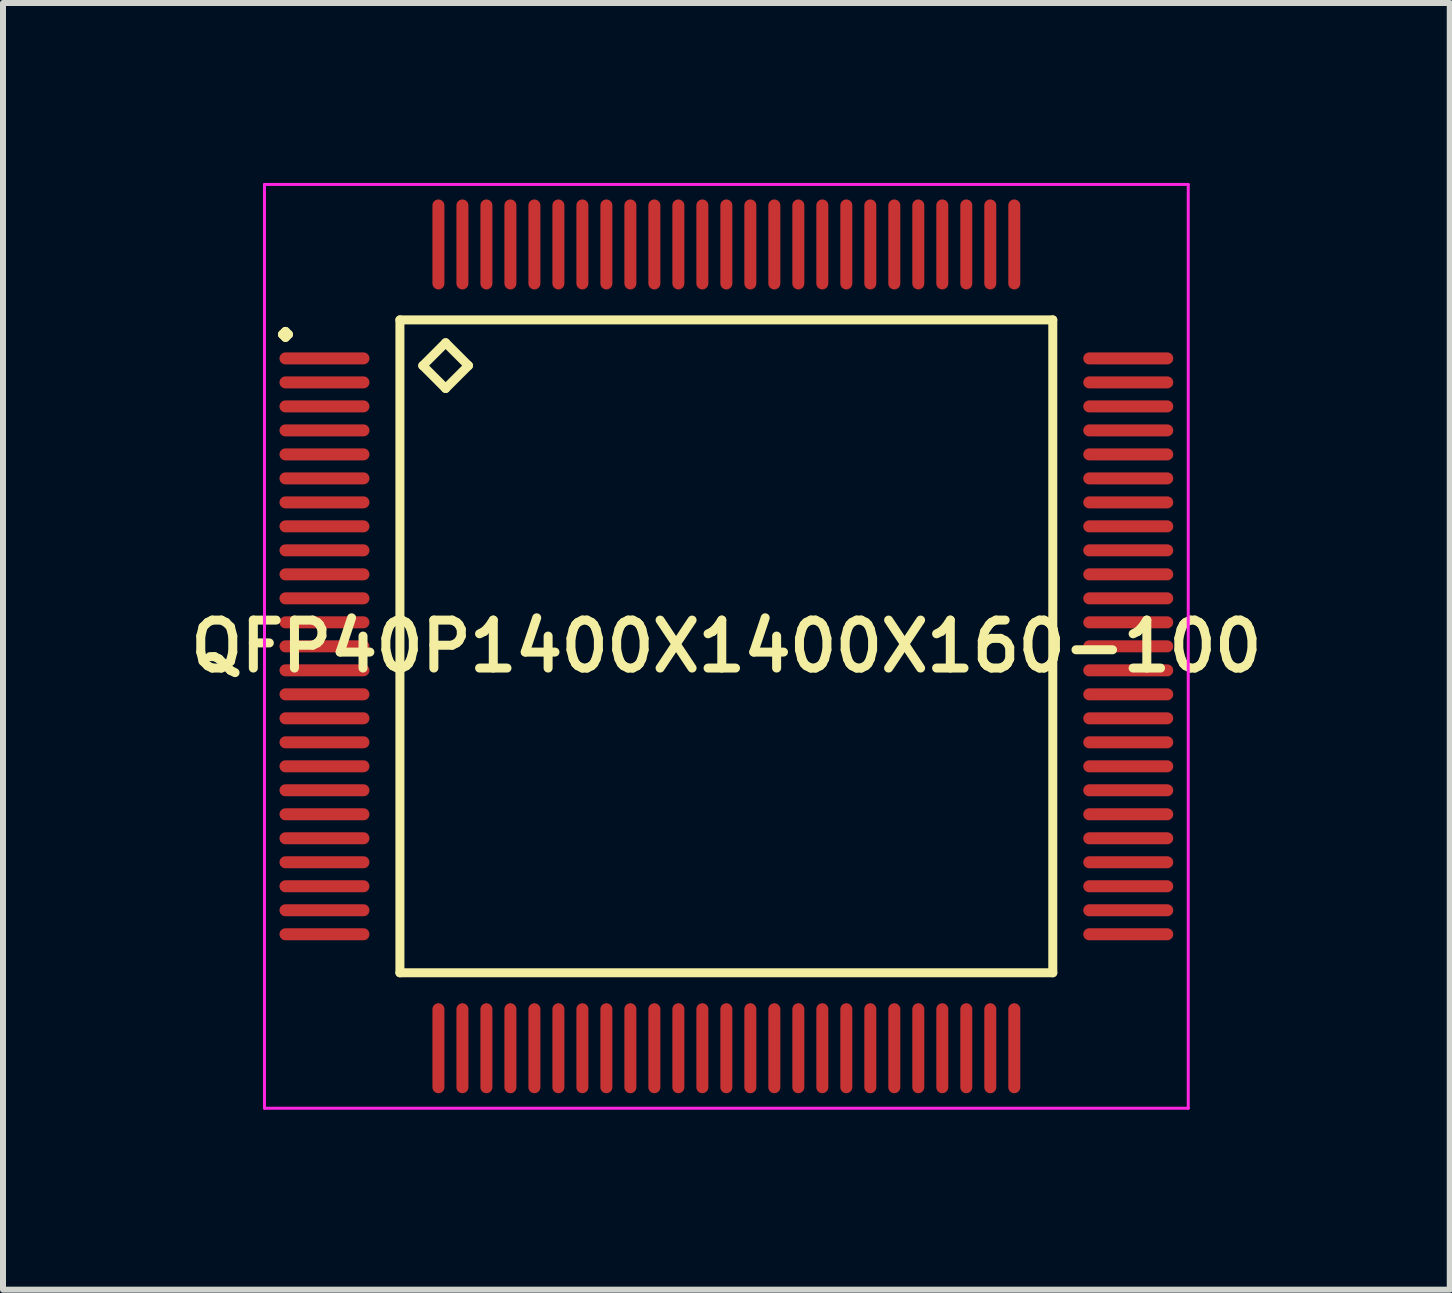
<source format=kicad_pcb>
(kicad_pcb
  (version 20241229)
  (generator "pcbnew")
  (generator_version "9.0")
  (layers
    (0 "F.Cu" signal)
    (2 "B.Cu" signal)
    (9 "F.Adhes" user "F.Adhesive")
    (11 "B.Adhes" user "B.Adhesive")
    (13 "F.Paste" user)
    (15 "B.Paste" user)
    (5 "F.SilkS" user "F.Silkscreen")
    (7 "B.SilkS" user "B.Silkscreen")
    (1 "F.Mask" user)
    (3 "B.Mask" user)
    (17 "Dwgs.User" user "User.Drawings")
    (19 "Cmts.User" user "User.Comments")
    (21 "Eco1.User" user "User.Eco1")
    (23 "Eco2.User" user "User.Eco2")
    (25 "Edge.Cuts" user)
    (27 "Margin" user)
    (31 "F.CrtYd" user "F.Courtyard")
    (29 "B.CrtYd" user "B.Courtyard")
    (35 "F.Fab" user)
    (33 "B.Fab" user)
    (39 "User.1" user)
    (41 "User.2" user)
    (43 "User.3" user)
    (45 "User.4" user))
  (footprint "QFP40P1400X1400X160-100"
    (layer "F.Cu")
    (at 9.059 7.725)
    (property "Reference" "QFP40P1400X1400X160-100" (at 0 0 0) (layer "F.SilkS") (effects (font (size 0.8 0.8) (thickness 0.15))))
    (attr smd)
    (fp_line (start -7.4 -5.2) (end -7.35 -5.25) (stroke (width 0.15) (type solid)) (layer "F.SilkS"))
    (fp_line (start -7.35 -5.25) (end -7.3 -5.2) (stroke (width 0.15) (type solid)) (layer "F.SilkS"))
    (fp_line (start -7.35 -5.15) (end -7.4 -5.2) (stroke (width 0.15) (type solid)) (layer "F.SilkS"))
    (fp_line (start -7.3 -5.2) (end -7.35 -5.15) (stroke (width 0.15) (type solid)) (layer "F.SilkS"))
    (fp_line (start -5.442 -5.442) (end -5.442 5.442) (stroke (width 0.15) (type solid)) (layer "F.SilkS"))
    (fp_line (start -5.442 5.442) (end 5.442 5.442) (stroke (width 0.15) (type solid)) (layer "F.SilkS"))
    (fp_line (start -5.061 -4.68) (end -4.68 -5.061) (stroke (width 0.15) (type solid)) (layer "F.SilkS"))
    (fp_line (start -4.68 -5.061) (end -4.299 -4.68) (stroke (width 0.15) (type solid)) (layer "F.SilkS"))
    (fp_line (start -4.68 -4.299) (end -5.061 -4.68) (stroke (width 0.15) (type solid)) (layer "F.SilkS"))
    (fp_line (start -4.299 -4.68) (end -4.68 -4.299) (stroke (width 0.15) (type solid)) (layer "F.SilkS"))
    (fp_line (start 5.442 -5.442) (end -5.442 -5.442) (stroke (width 0.15) (type solid)) (layer "F.SilkS"))
    (fp_line (start 5.442 5.442) (end 5.442 -5.442) (stroke (width 0.15) (type solid)) (layer "F.SilkS"))
    (fp_line (start -7.7 -7.7) (end 7.7 -7.7) (stroke (width 0.05) (type solid)) (layer "F.CrtYd"))
    (fp_line (start -7.7 7.7) (end -7.7 -7.7) (stroke (width 0.05) (type solid)) (layer "F.CrtYd"))
    (fp_line (start 7.7 -7.7) (end 7.7 7.7) (stroke (width 0.05) (type solid)) (layer "F.CrtYd"))
    (fp_line (start 7.7 7.7) (end -7.7 7.7) (stroke (width 0.05) (type solid)) (layer "F.CrtYd"))
    (pad "1" smd oval (at -6.7 -4.8) (size 1.5 0.2) (layers "F.Cu" "F.Mask" "F.Paste"))
    (pad "2" smd oval (at -6.7 -4.4) (size 1.5 0.2) (layers "F.Cu" "F.Mask" "F.Paste"))
    (pad "3" smd oval (at -6.7 -4) (size 1.5 0.2) (layers "F.Cu" "F.Mask" "F.Paste"))
    (pad "4" smd oval (at -6.7 -3.6) (size 1.5 0.2) (layers "F.Cu" "F.Mask" "F.Paste"))
    (pad "5" smd oval (at -6.7 -3.2) (size 1.5 0.2) (layers "F.Cu" "F.Mask" "F.Paste"))
    (pad "6" smd oval (at -6.7 -2.8) (size 1.5 0.2) (layers "F.Cu" "F.Mask" "F.Paste"))
    (pad "7" smd oval (at -6.7 -2.4) (size 1.5 0.2) (layers "F.Cu" "F.Mask" "F.Paste"))
    (pad "8" smd oval (at -6.7 -2) (size 1.5 0.2) (layers "F.Cu" "F.Mask" "F.Paste"))
    (pad "9" smd oval (at -6.7 -1.6) (size 1.5 0.2) (layers "F.Cu" "F.Mask" "F.Paste"))
    (pad "10" smd oval (at -6.7 -1.2) (size 1.5 0.2) (layers "F.Cu" "F.Mask" "F.Paste"))
    (pad "11" smd oval (at -6.7 -0.8) (size 1.5 0.2) (layers "F.Cu" "F.Mask" "F.Paste"))
    (pad "12" smd oval (at -6.7 -0.4) (size 1.5 0.2) (layers "F.Cu" "F.Mask" "F.Paste"))
    (pad "13" smd oval (at -6.7 0) (size 1.5 0.2) (layers "F.Cu" "F.Mask" "F.Paste"))
    (pad "14" smd oval (at -6.7 0.4) (size 1.5 0.2) (layers "F.Cu" "F.Mask" "F.Paste"))
    (pad "15" smd oval (at -6.7 0.8) (size 1.5 0.2) (layers "F.Cu" "F.Mask" "F.Paste"))
    (pad "16" smd oval (at -6.7 1.2) (size 1.5 0.2) (layers "F.Cu" "F.Mask" "F.Paste"))
    (pad "17" smd oval (at -6.7 1.6) (size 1.5 0.2) (layers "F.Cu" "F.Mask" "F.Paste"))
    (pad "18" smd oval (at -6.7 2) (size 1.5 0.2) (layers "F.Cu" "F.Mask" "F.Paste"))
    (pad "19" smd oval (at -6.7 2.4) (size 1.5 0.2) (layers "F.Cu" "F.Mask" "F.Paste"))
    (pad "20" smd oval (at -6.7 2.8) (size 1.5 0.2) (layers "F.Cu" "F.Mask" "F.Paste"))
    (pad "21" smd oval (at -6.7 3.2) (size 1.5 0.2) (layers "F.Cu" "F.Mask" "F.Paste"))
    (pad "22" smd oval (at -6.7 3.6) (size 1.5 0.2) (layers "F.Cu" "F.Mask" "F.Paste"))
    (pad "23" smd oval (at -6.7 4) (size 1.5 0.2) (layers "F.Cu" "F.Mask" "F.Paste"))
    (pad "24" smd oval (at -6.7 4.4) (size 1.5 0.2) (layers "F.Cu" "F.Mask" "F.Paste"))
    (pad "25" smd oval (at -6.7 4.8) (size 1.5 0.2) (layers "F.Cu" "F.Mask" "F.Paste"))
    (pad "26" smd oval (at -4.8 6.7) (size 0.2 1.5) (layers "F.Cu" "F.Mask" "F.Paste"))
    (pad "27" smd oval (at -4.4 6.7) (size 0.2 1.5) (layers "F.Cu" "F.Mask" "F.Paste"))
    (pad "28" smd oval (at -4 6.7) (size 0.2 1.5) (layers "F.Cu" "F.Mask" "F.Paste"))
    (pad "29" smd oval (at -3.6 6.7) (size 0.2 1.5) (layers "F.Cu" "F.Mask" "F.Paste"))
    (pad "30" smd oval (at -3.2 6.7) (size 0.2 1.5) (layers "F.Cu" "F.Mask" "F.Paste"))
    (pad "31" smd oval (at -2.8 6.7) (size 0.2 1.5) (layers "F.Cu" "F.Mask" "F.Paste"))
    (pad "32" smd oval (at -2.4 6.7) (size 0.2 1.5) (layers "F.Cu" "F.Mask" "F.Paste"))
    (pad "33" smd oval (at -2 6.7) (size 0.2 1.5) (layers "F.Cu" "F.Mask" "F.Paste"))
    (pad "34" smd oval (at -1.6 6.7) (size 0.2 1.5) (layers "F.Cu" "F.Mask" "F.Paste"))
    (pad "35" smd oval (at -1.2 6.7) (size 0.2 1.5) (layers "F.Cu" "F.Mask" "F.Paste"))
    (pad "36" smd oval (at -0.8 6.7) (size 0.2 1.5) (layers "F.Cu" "F.Mask" "F.Paste"))
    (pad "37" smd oval (at -0.4 6.7) (size 0.2 1.5) (layers "F.Cu" "F.Mask" "F.Paste"))
    (pad "38" smd oval (at 0 6.7) (size 0.2 1.5) (layers "F.Cu" "F.Mask" "F.Paste"))
    (pad "39" smd oval (at 0.4 6.7) (size 0.2 1.5) (layers "F.Cu" "F.Mask" "F.Paste"))
    (pad "40" smd oval (at 0.8 6.7) (size 0.2 1.5) (layers "F.Cu" "F.Mask" "F.Paste"))
    (pad "41" smd oval (at 1.2 6.7) (size 0.2 1.5) (layers "F.Cu" "F.Mask" "F.Paste"))
    (pad "42" smd oval (at 1.6 6.7) (size 0.2 1.5) (layers "F.Cu" "F.Mask" "F.Paste"))
    (pad "43" smd oval (at 2 6.7) (size 0.2 1.5) (layers "F.Cu" "F.Mask" "F.Paste"))
    (pad "44" smd oval (at 2.4 6.7) (size 0.2 1.5) (layers "F.Cu" "F.Mask" "F.Paste"))
    (pad "45" smd oval (at 2.8 6.7) (size 0.2 1.5) (layers "F.Cu" "F.Mask" "F.Paste"))
    (pad "46" smd oval (at 3.2 6.7) (size 0.2 1.5) (layers "F.Cu" "F.Mask" "F.Paste"))
    (pad "47" smd oval (at 3.6 6.7) (size 0.2 1.5) (layers "F.Cu" "F.Mask" "F.Paste"))
    (pad "48" smd oval (at 4 6.7) (size 0.2 1.5) (layers "F.Cu" "F.Mask" "F.Paste"))
    (pad "49" smd oval (at 4.4 6.7) (size 0.2 1.5) (layers "F.Cu" "F.Mask" "F.Paste"))
    (pad "50" smd oval (at 4.8 6.7) (size 0.2 1.5) (layers "F.Cu" "F.Mask" "F.Paste"))
    (pad "51" smd oval (at 6.7 4.8) (size 1.5 0.2) (layers "F.Cu" "F.Mask" "F.Paste"))
    (pad "52" smd oval (at 6.7 4.4) (size 1.5 0.2) (layers "F.Cu" "F.Mask" "F.Paste"))
    (pad "53" smd oval (at 6.7 4) (size 1.5 0.2) (layers "F.Cu" "F.Mask" "F.Paste"))
    (pad "54" smd oval (at 6.7 3.6) (size 1.5 0.2) (layers "F.Cu" "F.Mask" "F.Paste"))
    (pad "55" smd oval (at 6.7 3.2) (size 1.5 0.2) (layers "F.Cu" "F.Mask" "F.Paste"))
    (pad "56" smd oval (at 6.7 2.8) (size 1.5 0.2) (layers "F.Cu" "F.Mask" "F.Paste"))
    (pad "57" smd oval (at 6.7 2.4) (size 1.5 0.2) (layers "F.Cu" "F.Mask" "F.Paste"))
    (pad "58" smd oval (at 6.7 2) (size 1.5 0.2) (layers "F.Cu" "F.Mask" "F.Paste"))
    (pad "59" smd oval (at 6.7 1.6) (size 1.5 0.2) (layers "F.Cu" "F.Mask" "F.Paste"))
    (pad "60" smd oval (at 6.7 1.2) (size 1.5 0.2) (layers "F.Cu" "F.Mask" "F.Paste"))
    (pad "61" smd oval (at 6.7 0.8) (size 1.5 0.2) (layers "F.Cu" "F.Mask" "F.Paste"))
    (pad "62" smd oval (at 6.7 0.4) (size 1.5 0.2) (layers "F.Cu" "F.Mask" "F.Paste"))
    (pad "63" smd oval (at 6.7 0) (size 1.5 0.2) (layers "F.Cu" "F.Mask" "F.Paste"))
    (pad "64" smd oval (at 6.7 -0.4) (size 1.5 0.2) (layers "F.Cu" "F.Mask" "F.Paste"))
    (pad "65" smd oval (at 6.7 -0.8) (size 1.5 0.2) (layers "F.Cu" "F.Mask" "F.Paste"))
    (pad "66" smd oval (at 6.7 -1.2) (size 1.5 0.2) (layers "F.Cu" "F.Mask" "F.Paste"))
    (pad "67" smd oval (at 6.7 -1.6) (size 1.5 0.2) (layers "F.Cu" "F.Mask" "F.Paste"))
    (pad "68" smd oval (at 6.7 -2) (size 1.5 0.2) (layers "F.Cu" "F.Mask" "F.Paste"))
    (pad "69" smd oval (at 6.7 -2.4) (size 1.5 0.2) (layers "F.Cu" "F.Mask" "F.Paste"))
    (pad "70" smd oval (at 6.7 -2.8) (size 1.5 0.2) (layers "F.Cu" "F.Mask" "F.Paste"))
    (pad "71" smd oval (at 6.7 -3.2) (size 1.5 0.2) (layers "F.Cu" "F.Mask" "F.Paste"))
    (pad "72" smd oval (at 6.7 -3.6) (size 1.5 0.2) (layers "F.Cu" "F.Mask" "F.Paste"))
    (pad "73" smd oval (at 6.7 -4) (size 1.5 0.2) (layers "F.Cu" "F.Mask" "F.Paste"))
    (pad "74" smd oval (at 6.7 -4.4) (size 1.5 0.2) (layers "F.Cu" "F.Mask" "F.Paste"))
    (pad "75" smd oval (at 6.7 -4.8) (size 1.5 0.2) (layers "F.Cu" "F.Mask" "F.Paste"))
    (pad "76" smd oval (at 4.8 -6.7) (size 0.2 1.5) (layers "F.Cu" "F.Mask" "F.Paste"))
    (pad "77" smd oval (at 4.4 -6.7) (size 0.2 1.5) (layers "F.Cu" "F.Mask" "F.Paste"))
    (pad "78" smd oval (at 4 -6.7) (size 0.2 1.5) (layers "F.Cu" "F.Mask" "F.Paste"))
    (pad "79" smd oval (at 3.6 -6.7) (size 0.2 1.5) (layers "F.Cu" "F.Mask" "F.Paste"))
    (pad "80" smd oval (at 3.2 -6.7) (size 0.2 1.5) (layers "F.Cu" "F.Mask" "F.Paste"))
    (pad "81" smd oval (at 2.8 -6.7) (size 0.2 1.5) (layers "F.Cu" "F.Mask" "F.Paste"))
    (pad "82" smd oval (at 2.4 -6.7) (size 0.2 1.5) (layers "F.Cu" "F.Mask" "F.Paste"))
    (pad "83" smd oval (at 2 -6.7) (size 0.2 1.5) (layers "F.Cu" "F.Mask" "F.Paste"))
    (pad "84" smd oval (at 1.6 -6.7) (size 0.2 1.5) (layers "F.Cu" "F.Mask" "F.Paste"))
    (pad "85" smd oval (at 1.2 -6.7) (size 0.2 1.5) (layers "F.Cu" "F.Mask" "F.Paste"))
    (pad "86" smd oval (at 0.8 -6.7) (size 0.2 1.5) (layers "F.Cu" "F.Mask" "F.Paste"))
    (pad "87" smd oval (at 0.4 -6.7) (size 0.2 1.5) (layers "F.Cu" "F.Mask" "F.Paste"))
    (pad "88" smd oval (at 0 -6.7) (size 0.2 1.5) (layers "F.Cu" "F.Mask" "F.Paste"))
    (pad "89" smd oval (at -0.4 -6.7) (size 0.2 1.5) (layers "F.Cu" "F.Mask" "F.Paste"))
    (pad "90" smd oval (at -0.8 -6.7) (size 0.2 1.5) (layers "F.Cu" "F.Mask" "F.Paste"))
    (pad "91" smd oval (at -1.2 -6.7) (size 0.2 1.5) (layers "F.Cu" "F.Mask" "F.Paste"))
    (pad "92" smd oval (at -1.6 -6.7) (size 0.2 1.5) (layers "F.Cu" "F.Mask" "F.Paste"))
    (pad "93" smd oval (at -2 -6.7) (size 0.2 1.5) (layers "F.Cu" "F.Mask" "F.Paste"))
    (pad "94" smd oval (at -2.4 -6.7) (size 0.2 1.5) (layers "F.Cu" "F.Mask" "F.Paste"))
    (pad "95" smd oval (at -2.8 -6.7) (size 0.2 1.5) (layers "F.Cu" "F.Mask" "F.Paste"))
    (pad "96" smd oval (at -3.2 -6.7) (size 0.2 1.5) (layers "F.Cu" "F.Mask" "F.Paste"))
    (pad "97" smd oval (at -3.6 -6.7) (size 0.2 1.5) (layers "F.Cu" "F.Mask" "F.Paste"))
    (pad "98" smd oval (at -4 -6.7) (size 0.2 1.5) (layers "F.Cu" "F.Mask" "F.Paste"))
    (pad "99" smd oval (at -4.4 -6.7) (size 0.2 1.5) (layers "F.Cu" "F.Mask" "F.Paste"))
    (pad "100" smd oval (at -4.8 -6.7) (size 0.2 1.5) (layers "F.Cu" "F.Mask" "F.Paste")))
  (gr_rect
    (start -3 -3)
    (end 21.119 18.45)
    (stroke (width 0.1) (type default))
    (fill no)
    (layer "Edge.Cuts")))
</source>
